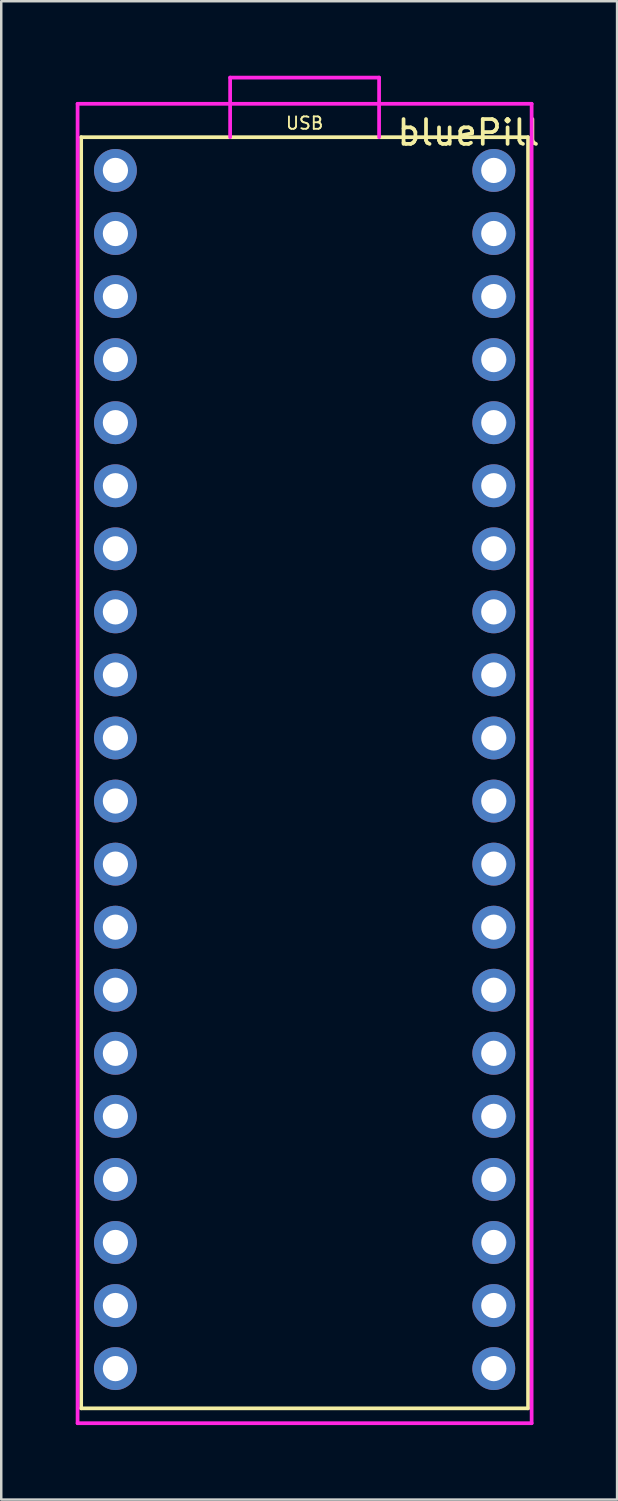
<source format=kicad_pcb>
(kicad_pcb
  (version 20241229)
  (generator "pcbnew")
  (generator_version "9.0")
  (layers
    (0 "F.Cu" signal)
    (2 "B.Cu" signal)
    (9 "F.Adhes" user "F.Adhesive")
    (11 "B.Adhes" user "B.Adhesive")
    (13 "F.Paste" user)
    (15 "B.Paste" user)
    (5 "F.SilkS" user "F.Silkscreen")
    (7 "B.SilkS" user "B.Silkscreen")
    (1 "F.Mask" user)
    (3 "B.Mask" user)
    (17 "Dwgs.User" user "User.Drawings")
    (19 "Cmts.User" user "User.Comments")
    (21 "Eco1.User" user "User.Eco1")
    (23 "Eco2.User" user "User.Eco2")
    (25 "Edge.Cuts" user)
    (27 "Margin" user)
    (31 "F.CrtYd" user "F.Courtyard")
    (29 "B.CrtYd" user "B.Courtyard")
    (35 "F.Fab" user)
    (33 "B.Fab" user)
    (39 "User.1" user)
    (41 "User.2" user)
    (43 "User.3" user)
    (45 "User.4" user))
  (footprint "bluePill"
    (layer "F.Cu")
    (at 9.219 1.275)
    (property "Reference" "bluePill" (at 6.604 1.016 0) (layer "F.SilkS") (effects (font (size 1 1) (thickness 0.15))))
    (attr through_hole)
    (fp_line (start -9 1.2) (end -9 52.4) (stroke (width 0.15) (type solid)) (layer "F.SilkS"))
    (fp_line (start -9 52.4) (end 9 52.4) (stroke (width 0.15) (type solid)) (layer "F.SilkS"))
    (fp_line (start 9 1.2) (end -9 1.2) (stroke (width 0.15) (type solid)) (layer "F.SilkS"))
    (fp_line (start 9 52.4) (end 9 1.2) (stroke (width 0.15) (type solid)) (layer "F.SilkS"))
    (fp_line (start -9.144 -0.144) (end -9.144 53) (stroke (width 0.15) (type solid)) (layer "F.CrtYd"))
    (fp_line (start -9.144 53) (end 9.144 53) (stroke (width 0.15) (type solid)) (layer "F.CrtYd"))
    (fp_line (start -3 -1.2) (end -3 1.2) (stroke (width 0.15) (type solid)) (layer "F.CrtYd"))
    (fp_line (start 3 -1.2) (end -3 -1.2) (stroke (width 0.15) (type solid)) (layer "F.CrtYd"))
    (fp_line (start 3 1.2) (end 3 -1.2) (stroke (width 0.15) (type solid)) (layer "F.CrtYd"))
    (fp_line (start 9.144 -0.144) (end -9.144 -0.144) (stroke (width 0.15) (type solid)) (layer "F.CrtYd"))
    (fp_line (start 9.144 53) (end 9.144 -0.144) (stroke (width 0.15) (type solid)) (layer "F.CrtYd"))
    (fp_text user "USB" (at 0 0.635 0) (layer "F.SilkS") (effects (font (size 0.5 0.5) (thickness 0.075))))
    (pad "1" thru_hole circle (at 7.62 50.8) (size 1.727 1.727) (drill 1.016) (layers "*.Cu" "*.Mask"))
    (pad "2" thru_hole circle (at 7.62 48.26) (size 1.727 1.727) (drill 1.016) (layers "*.Cu" "*.Mask"))
    (pad "3" thru_hole circle (at 7.62 45.72) (size 1.727 1.727) (drill 1.016) (layers "*.Cu" "*.Mask"))
    (pad "4" thru_hole circle (at 7.62 43.18) (size 1.727 1.727) (drill 1.016) (layers "*.Cu" "*.Mask"))
    (pad "5" thru_hole circle (at 7.62 40.64) (size 1.727 1.727) (drill 1.016) (layers "*.Cu" "*.Mask"))
    (pad "6" thru_hole circle (at 7.62 38.1) (size 1.727 1.727) (drill 1.016) (layers "*.Cu" "*.Mask"))
    (pad "7" thru_hole circle (at 7.62 35.56) (size 1.727 1.727) (drill 1.016) (layers "*.Cu" "*.Mask"))
    (pad "8" thru_hole circle (at 7.62 33.02) (size 1.727 1.727) (drill 1.016) (layers "*.Cu" "*.Mask"))
    (pad "9" thru_hole circle (at 7.62 30.48) (size 1.727 1.727) (drill 1.016) (layers "*.Cu" "*.Mask"))
    (pad "10" thru_hole circle (at 7.62 27.94) (size 1.727 1.727) (drill 1.016) (layers "*.Cu" "*.Mask"))
    (pad "11" thru_hole circle (at 7.62 25.4) (size 1.727 1.727) (drill 1.016) (layers "*.Cu" "*.Mask"))
    (pad "12" thru_hole circle (at 7.62 22.86) (size 1.727 1.727) (drill 1.016) (layers "*.Cu" "*.Mask"))
    (pad "13" thru_hole circle (at 7.62 20.32) (size 1.727 1.727) (drill 1.016) (layers "*.Cu" "*.Mask"))
    (pad "14" thru_hole circle (at 7.62 17.78) (size 1.727 1.727) (drill 1.016) (layers "*.Cu" "*.Mask"))
    (pad "15" thru_hole circle (at 7.62 15.24) (size 1.727 1.727) (drill 1.016) (layers "*.Cu" "*.Mask"))
    (pad "16" thru_hole circle (at 7.62 12.7) (size 1.727 1.727) (drill 1.016) (layers "*.Cu" "*.Mask"))
    (pad "17" thru_hole circle (at 7.62 10.16) (size 1.727 1.727) (drill 1.016) (layers "*.Cu" "*.Mask"))
    (pad "18" thru_hole circle (at 7.62 7.62) (size 1.727 1.727) (drill 1.016) (layers "*.Cu" "*.Mask"))
    (pad "19" thru_hole circle (at 7.62 5.08) (size 1.727 1.727) (drill 1.016) (layers "*.Cu" "*.Mask"))
    (pad "20" thru_hole circle (at 7.62 2.54) (size 1.727 1.727) (drill 1.016) (layers "*.Cu" "*.Mask"))
    (pad "21" thru_hole circle (at -7.62 2.54) (size 1.727 1.727) (drill 1.016) (layers "*.Cu" "*.Mask"))
    (pad "22" thru_hole circle (at -7.62 5.08) (size 1.727 1.727) (drill 1.016) (layers "*.Cu" "*.Mask"))
    (pad "23" thru_hole circle (at -7.62 7.62) (size 1.727 1.727) (drill 1.016) (layers "*.Cu" "*.Mask"))
    (pad "24" thru_hole circle (at -7.62 10.16) (size 1.727 1.727) (drill 1.016) (layers "*.Cu" "*.Mask"))
    (pad "25" thru_hole circle (at -7.62 12.7) (size 1.727 1.727) (drill 1.016) (layers "*.Cu" "*.Mask"))
    (pad "26" thru_hole circle (at -7.62 15.24) (size 1.727 1.727) (drill 1.016) (layers "*.Cu" "*.Mask"))
    (pad "27" thru_hole circle (at -7.62 17.78) (size 1.727 1.727) (drill 1.016) (layers "*.Cu" "*.Mask"))
    (pad "28" thru_hole circle (at -7.62 20.32) (size 1.727 1.727) (drill 1.016) (layers "*.Cu" "*.Mask"))
    (pad "29" thru_hole circle (at -7.62 22.86) (size 1.727 1.727) (drill 1.016) (layers "*.Cu" "*.Mask"))
    (pad "30" thru_hole circle (at -7.62 25.4) (size 1.727 1.727) (drill 1.016) (layers "*.Cu" "*.Mask"))
    (pad "31" thru_hole circle (at -7.62 27.94) (size 1.727 1.727) (drill 1.016) (layers "*.Cu" "*.Mask"))
    (pad "32" thru_hole circle (at -7.62 30.48) (size 1.727 1.727) (drill 1.016) (layers "*.Cu" "*.Mask"))
    (pad "33" thru_hole circle (at -7.62 33.02) (size 1.727 1.727) (drill 1.016) (layers "*.Cu" "*.Mask"))
    (pad "34" thru_hole circle (at -7.62 35.56) (size 1.727 1.727) (drill 1.016) (layers "*.Cu" "*.Mask"))
    (pad "35" thru_hole circle (at -7.62 38.1) (size 1.727 1.727) (drill 1.016) (layers "*.Cu" "*.Mask"))
    (pad "36" thru_hole circle (at -7.62 40.64) (size 1.727 1.727) (drill 1.016) (layers "*.Cu" "*.Mask"))
    (pad "37" thru_hole circle (at -7.62 43.18) (size 1.727 1.727) (drill 1.016) (layers "*.Cu" "*.Mask"))
    (pad "38" thru_hole circle (at -7.62 45.72) (size 1.727 1.727) (drill 1.016) (layers "*.Cu" "*.Mask"))
    (pad "39" thru_hole circle (at -7.62 48.26) (size 1.727 1.727) (drill 1.016) (layers "*.Cu" "*.Mask"))
    (pad "40" thru_hole circle (at -7.62 50.8) (size 1.727 1.727) (drill 1.016) (layers "*.Cu" "*.Mask")))
  (gr_rect
    (start -3 -3)
    (end 21.805 57.35)
    (stroke (width 0.1) (type default))
    (fill no)
    (layer "Edge.Cuts")))
</source>
